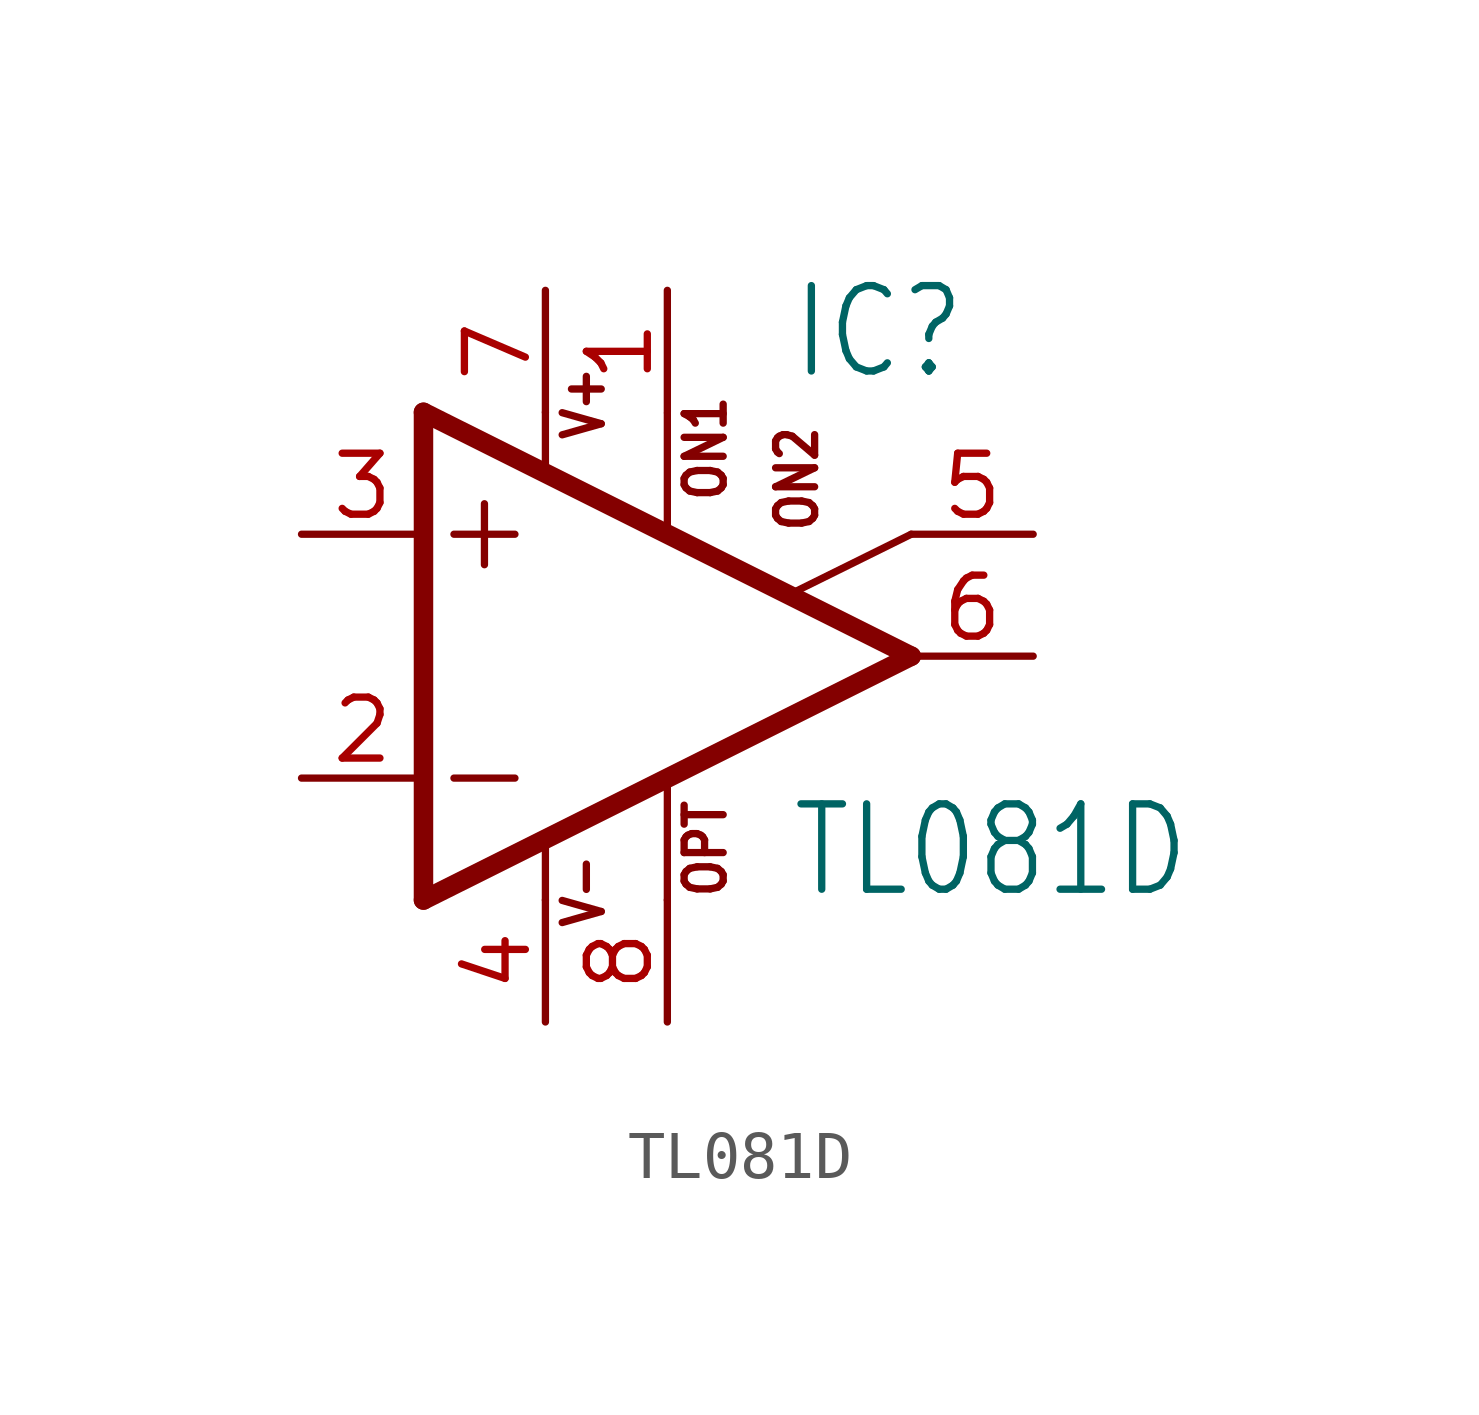
<source format=kicad_sym>
(kicad_symbol_lib
  (version 20220331)
  (generator kicad_symbol_editor)
  (symbol "TL081D"
    (property "Reference" "IC"
      (at 2.54 5.715 0)
      (effects (font (size 1.778 1.511)) (justify left bottom)))
    (property "Value" "TL081D"
      (at 2.54 -5.08 0)
      (effects (font (size 1.778 1.511)) (justify left bottom)))
    (property "ki_locked" ""
      (at 0 0 0)
      (effects (font (size 1.27 1.27))))
    (symbol "TL081D_1_0"
      (polyline (pts (xy -5.08 -5.08) (xy 5.08 0)) (stroke (width 0.406) (type solid)) (fill (type none)))
      (polyline (pts (xy -5.08 5.08) (xy -5.08 -5.08)) (stroke (width 0.406) (type solid)) (fill (type none)))
      (polyline (pts (xy -4.445 -2.54) (xy -3.175 -2.54)) (stroke (width 0.152) (type solid)) (fill (type none)))
      (polyline (pts (xy -4.445 2.54) (xy -3.175 2.54)) (stroke (width 0.152) (type solid)) (fill (type none)))
      (polyline (pts (xy -3.81 3.175) (xy -3.81 1.905)) (stroke (width 0.152) (type solid)) (fill (type none)))
      (polyline (pts (xy -2.54 -3.912) (xy -2.54 -5.08)) (stroke (width 0.152) (type solid)) (fill (type none)))
      (polyline (pts (xy -2.54 5.08) (xy -2.54 3.886)) (stroke (width 0.152) (type solid)) (fill (type none)))
      (polyline (pts (xy 0 -2.616) (xy 0 -5.08)) (stroke (width 0.152) (type solid)) (fill (type none)))
      (polyline (pts (xy 0 5.055) (xy 0 2.616)) (stroke (width 0.152) (type solid)) (fill (type none)))
      (polyline (pts (xy 5.08 0) (xy -5.08 5.08)) (stroke (width 0.406) (type solid)) (fill (type none)))
      (polyline (pts (xy 5.08 2.54) (xy 2.616 1.321)) (stroke (width 0.152) (type solid)) (fill (type none)))
      (text "ON1" (at 1.27 3.175 900) (effects (font (size 0.813 0.691)) (justify left bottom)))
      (text "ON2" (at 3.175 2.54 900) (effects (font (size 0.813 0.691)) (justify left bottom)))
      (text "OPT" (at 1.27 -5.08 900) (effects (font (size 0.813 0.691)) (justify left bottom)))
      (text "V+" (at -1.27 4.445 900) (effects (font (size 0.813 0.691)) (justify left bottom)))
      (text "V-" (at -1.27 -5.715 900) (effects (font (size 0.813 0.691)) (justify left bottom)))
      (pin passive line (at 0 7.62 270) (length 2.54) (name "ON1" (effects (font (size 0 0)))) (number "1" (effects (font (size 1.27 1.27)))))
      (pin input line (at -7.62 -2.54 0) (length 2.54) (name "-IN" (effects (font (size 0 0)))) (number "2" (effects (font (size 1.27 1.27)))))
      (pin input line (at -7.62 2.54 0) (length 2.54) (name "+IN" (effects (font (size 0 0)))) (number "3" (effects (font (size 1.27 1.27)))))
      (pin power_in line (at -2.54 -7.62 90) (length 2.54) (name "V-" (effects (font (size 0 0)))) (number "4" (effects (font (size 1.27 1.27)))))
      (pin passive line (at 7.62 2.54 180) (length 2.54) (name "ON2" (effects (font (size 0 0)))) (number "5" (effects (font (size 1.27 1.27)))))
      (pin output line (at 7.62 0 180) (length 2.54) (name "OUT" (effects (font (size 0 0)))) (number "6" (effects (font (size 1.27 1.27)))))
      (pin power_in line (at -2.54 7.62 270) (length 2.54) (name "V+" (effects (font (size 0 0)))) (number "7" (effects (font (size 1.27 1.27)))))
      (pin passive line (at 0 -7.62 90) (length 2.54) (name "OPT" (effects (font (size 0 0)))) (number "8" (effects (font (size 1.27 1.27))))))))
</source>
